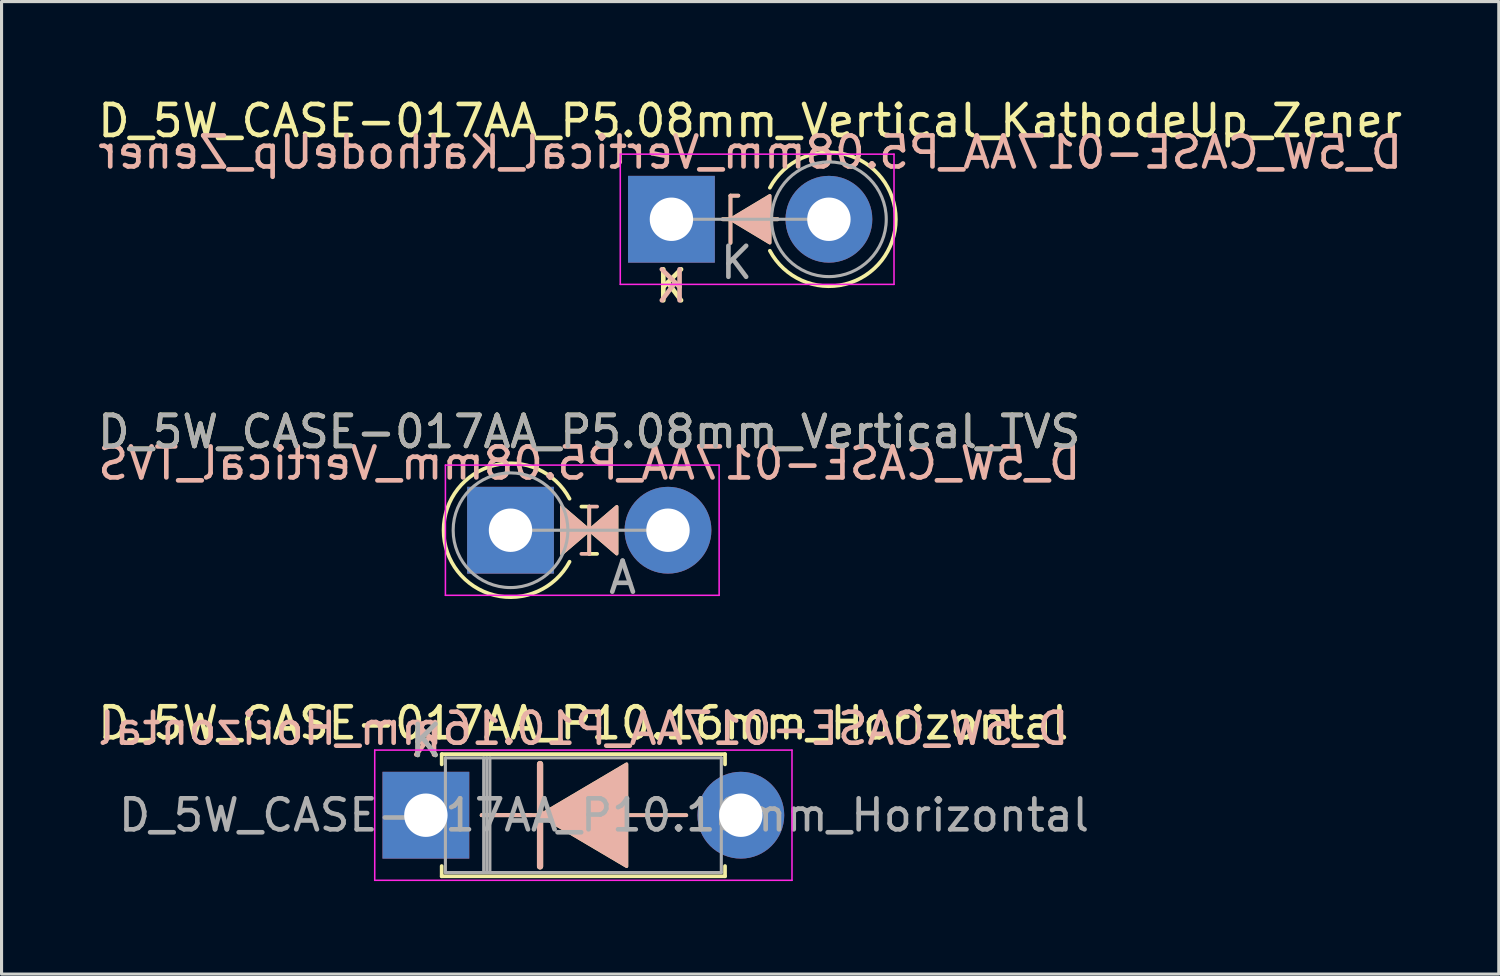
<source format=kicad_pcb>
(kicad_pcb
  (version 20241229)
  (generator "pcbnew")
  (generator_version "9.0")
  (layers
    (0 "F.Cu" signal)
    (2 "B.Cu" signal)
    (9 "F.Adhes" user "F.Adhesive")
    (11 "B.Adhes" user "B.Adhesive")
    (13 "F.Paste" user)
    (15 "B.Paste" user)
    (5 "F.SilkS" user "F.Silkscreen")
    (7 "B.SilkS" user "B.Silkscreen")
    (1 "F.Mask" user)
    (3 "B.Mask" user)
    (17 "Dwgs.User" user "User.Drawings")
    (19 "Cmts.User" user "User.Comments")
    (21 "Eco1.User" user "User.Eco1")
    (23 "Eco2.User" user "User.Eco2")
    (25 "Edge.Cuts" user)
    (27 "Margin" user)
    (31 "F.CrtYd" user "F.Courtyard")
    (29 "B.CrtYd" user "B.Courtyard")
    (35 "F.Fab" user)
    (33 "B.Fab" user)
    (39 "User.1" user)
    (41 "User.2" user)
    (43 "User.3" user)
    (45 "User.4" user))
  (footprint "D_5W_CASE-017AA_P5.08mm_Vertical_KathodeUp_Zener"
    (layer "F.Cu")
    (at 18.609 4.023)
    (property "Reference" "D_5W_CASE-017AA_P5.08mm_Vertical_KathodeUp_Zener" (at 2.54 -3.175 0) (layer "F.SilkS") (effects (font (size 1 1) (thickness 0.15))))
    (attr through_hole)
    (fp_line (start 1.651 0) (end 3.429 0) (stroke (width 0.12) (type solid)) (layer "F.SilkS"))
    (fp_line (start 1.905 -0.762) (end 1.905 0.762) (stroke (width 0.12) (type solid)) (layer "F.SilkS"))
    (fp_line (start 1.905 -0.762) (end 2.159 -0.762) (stroke (width 0.12) (type solid)) (layer "F.SilkS"))
    (fp_arc (start 3.175 -1.016) (mid 7.238998 0) (end 3.175 1.016) (stroke (width 0.12) (type solid)) (layer "F.SilkS"))
    (fp_poly (pts (xy 3.175 0.762) (xy 1.905 0) (xy 3.175 -0.762)) (stroke (width 0.1) (type solid)) (fill yes) (layer "F.SilkS"))
    (fp_line (start 1.651 0) (end 3.429 0) (stroke (width 0.12) (type solid)) (layer "B.SilkS"))
    (fp_line (start 1.905 -0.762) (end 2.159 -0.762) (stroke (width 0.12) (type solid)) (layer "B.SilkS"))
    (fp_line (start 1.905 0.762) (end 1.905 -0.762) (stroke (width 0.12) (type solid)) (layer "B.SilkS"))
    (fp_poly (pts (xy 3.175 -0.762) (xy 1.905 0) (xy 3.175 0.762)) (stroke (width 0.1) (type solid)) (fill yes) (layer "B.SilkS"))
    (fp_line (start -1.65 -2.1) (end -1.65 2.1) (stroke (width 0.05) (type solid)) (layer "F.CrtYd"))
    (fp_line (start -1.65 2.1) (end 7.18 2.1) (stroke (width 0.05) (type solid)) (layer "F.CrtYd"))
    (fp_line (start 7.18 -2.1) (end -1.65 -2.1) (stroke (width 0.05) (type solid)) (layer "F.CrtYd"))
    (fp_line (start 7.18 2.1) (end 7.18 -2.1) (stroke (width 0.05) (type solid)) (layer "F.CrtYd"))
    (fp_line (start 0 0) (end 5.08 0) (stroke (width 0.1) (type solid)) (layer "F.Fab"))
    (fp_circle (center 5.08 0) (end 6.93 0) (stroke (width 0.1) (type solid)) (fill no) (layer "F.Fab"))
    (fp_text user "K" (at 0 2.159 0) (layer "F.SilkS") (effects (font (size 1 1) (thickness 0.15))))
    (fp_text user "${REFERENCE}" (at 2.54 -2.159 0) (layer "B.SilkS") (effects (font (size 1 1) (thickness 0.15)) (justify mirror)))
    (fp_text user "K" (at 0 2.159 0) (layer "B.SilkS") (effects (font (size 1 1) (thickness 0.15)) (justify mirror)))
    (fp_text user "K" (at 2.1 1.4 0) (layer "F.Fab") (effects (font (size 1 1) (thickness 0.15))))
    (pad "1" thru_hole rect (at 0 0) (size 2.8 2.8) (drill 1.4) (layers "*.Cu" "*.Mask"))
    (pad "2" thru_hole oval (at 5.08 0) (size 2.8 2.8) (drill 1.4) (layers "*.Cu" "*.Mask")))
  (footprint "D_5W_CASE-017AA_P10.16mm_Horizontal"
    (layer "F.Cu")
    (at 10.688 23.247)
    (property "Reference" "D_5W_CASE-017AA_P10.16mm_Horizontal" (at 5.08 -2.97 0) (layer "F.SilkS") (effects (font (size 1 1) (thickness 0.15))))
    (fp_line (start 0.51 -1.97) (end 9.65 -1.97) (stroke (width 0.12) (type solid)) (layer "F.SilkS"))
    (fp_line (start 0.51 -1.64) (end 0.51 -1.97) (stroke (width 0.12) (type solid)) (layer "F.SilkS"))
    (fp_line (start 0.51 1.64) (end 0.51 1.97) (stroke (width 0.12) (type solid)) (layer "F.SilkS"))
    (fp_line (start 0.51 1.97) (end 9.65 1.97) (stroke (width 0.12) (type solid)) (layer "F.SilkS"))
    (fp_line (start 1.8 0) (end 3.4 0) (stroke (width 0.12) (type solid)) (layer "F.SilkS"))
    (fp_line (start 3.683 -1.651) (end 3.683 1.651) (stroke (width 0.2) (type solid)) (layer "F.SilkS"))
    (fp_line (start 3.683 0) (end 1.8 0) (stroke (width 0.12) (type solid)) (layer "F.SilkS"))
    (fp_line (start 8.4 0) (end 6.35 0) (stroke (width 0.12) (type solid)) (layer "F.SilkS"))
    (fp_line (start 9.65 -1.97) (end 9.65 -1.64) (stroke (width 0.12) (type solid)) (layer "F.SilkS"))
    (fp_line (start 9.65 1.97) (end 9.65 1.64) (stroke (width 0.12) (type solid)) (layer "F.SilkS"))
    (fp_poly (pts (xy 6.477 1.651) (xy 3.683 0) (xy 6.477 -1.651)) (stroke (width 0.1) (type solid)) (fill yes) (layer "F.SilkS"))
    (fp_line (start 1.8 0) (end 3.4 0) (stroke (width 0.12) (type solid)) (layer "B.SilkS"))
    (fp_line (start 3.683 0) (end 1.8 0) (stroke (width 0.12) (type solid)) (layer "B.SilkS"))
    (fp_line (start 3.683 1.651) (end 3.683 -1.651) (stroke (width 0.2) (type solid)) (layer "B.SilkS"))
    (fp_line (start 8.4 0) (end 6.35 0) (stroke (width 0.12) (type solid)) (layer "B.SilkS"))
    (fp_poly (pts (xy 6.477 -1.651) (xy 3.683 0) (xy 6.477 1.651)) (stroke (width 0.1) (type solid)) (fill yes) (layer "B.SilkS"))
    (fp_line (start -1.65 -2.1) (end -1.65 2.1) (stroke (width 0.05) (type solid)) (layer "F.CrtYd"))
    (fp_line (start -1.65 2.1) (end 11.81 2.1) (stroke (width 0.05) (type solid)) (layer "F.CrtYd"))
    (fp_line (start 11.81 -2.1) (end -1.65 -2.1) (stroke (width 0.05) (type solid)) (layer "F.CrtYd"))
    (fp_line (start 11.81 2.1) (end 11.81 -2.1) (stroke (width 0.05) (type solid)) (layer "F.CrtYd"))
    (fp_line (start 0 0) (end 0.63 0) (stroke (width 0.1) (type solid)) (layer "F.Fab"))
    (fp_line (start 0.63 -1.85) (end 0.63 1.85) (stroke (width 0.1) (type solid)) (layer "F.Fab"))
    (fp_line (start 0.63 1.85) (end 9.53 1.85) (stroke (width 0.1) (type solid)) (layer "F.Fab"))
    (fp_line (start 1.865 -1.85) (end 1.865 1.85) (stroke (width 0.1) (type solid)) (layer "F.Fab"))
    (fp_line (start 1.965 -1.85) (end 1.965 1.85) (stroke (width 0.1) (type solid)) (layer "F.Fab"))
    (fp_line (start 2.065 -1.85) (end 2.065 1.85) (stroke (width 0.1) (type solid)) (layer "F.Fab"))
    (fp_line (start 9.53 -1.85) (end 0.63 -1.85) (stroke (width 0.1) (type solid)) (layer "F.Fab"))
    (fp_line (start 9.53 1.85) (end 9.53 -1.85) (stroke (width 0.1) (type solid)) (layer "F.Fab"))
    (fp_line (start 10.16 0) (end 9.53 0) (stroke (width 0.1) (type solid)) (layer "F.Fab"))
    (fp_text user "K" (at 0 -2.4 0) (layer "F.SilkS") (effects (font (size 1 1) (thickness 0.15))))
    (fp_text user "${REFERENCE}" (at 5.08 -2.794 0) (layer "B.SilkS") (effects (font (size 1 1) (thickness 0.15)) (justify mirror)))
    (fp_text user "K" (at 0 -2.413 0) (layer "B.SilkS") (effects (font (size 1 1) (thickness 0.15)) (justify mirror)))
    (fp_text user "${REFERENCE}" (at 5.747 0 0) (layer "F.Fab") (effects (font (size 1 1) (thickness 0.15))))
    (fp_text user "K" (at 0 -2.4 0) (layer "F.Fab") (effects (font (size 1 1) (thickness 0.15))))
    (pad "1" thru_hole rect (at 0 0) (size 2.8 2.8) (drill 1.4) (layers "*.Cu" "*.Mask"))
    (pad "2" thru_hole oval (at 10.16 0) (size 2.8 2.8) (drill 1.4) (layers "*.Cu" "*.Mask")))
  (footprint "D_5W_CASE-017AA_P5.08mm_Vertical_TVS"
    (layer "F.Cu")
    (at 13.418 14.054)
    (property "Reference" "D_5W_CASE-017AA_P5.08mm_Vertical_TVS" (at 2.54 -3.175 0) (layer "F.SilkS") (effects (font (size 1 1) (thickness 0.15))))
    (fp_line (start 2.286 -0.762) (end 2.54 -0.762) (stroke (width 0.12) (type solid)) (layer "F.SilkS"))
    (fp_line (start 2.54 0.762) (end 2.54 -0.762) (stroke (width 0.12) (type solid)) (layer "F.SilkS"))
    (fp_line (start 2.54 0.762) (end 2.794 0.762) (stroke (width 0.12) (type solid)) (layer "F.SilkS"))
    (fp_arc (start 1.904999 1.016) (mid -2.158999 0) (end 1.904999 -1.016) (stroke (width 0.12) (type solid)) (layer "F.SilkS"))
    (fp_poly (pts (xy 1.651 -0.762) (xy 2.54 0) (xy 1.651 0.762)) (stroke (width 0.1) (type solid)) (fill yes) (layer "F.SilkS"))
    (fp_poly (pts (xy 3.429 0.762) (xy 2.54 0) (xy 3.429 -0.762)) (stroke (width 0.1) (type solid)) (fill yes) (layer "F.SilkS"))
    (fp_line (start 2.286 0.762) (end 2.54 0.762) (stroke (width 0.12) (type solid)) (layer "B.SilkS"))
    (fp_line (start 2.54 -0.762) (end 2.54 0.762) (stroke (width 0.12) (type solid)) (layer "B.SilkS"))
    (fp_line (start 2.54 -0.762) (end 2.794 -0.762) (stroke (width 0.12) (type solid)) (layer "B.SilkS"))
    (fp_poly (pts (xy 1.651 0.762) (xy 2.54 0) (xy 1.651 -0.762)) (stroke (width 0.1) (type solid)) (fill yes) (layer "B.SilkS"))
    (fp_poly (pts (xy 3.429 -0.762) (xy 2.54 0) (xy 3.429 0.762)) (stroke (width 0.1) (type solid)) (fill yes) (layer "B.SilkS"))
    (fp_line (start -2.1 -2.1) (end -2.1 2.1) (stroke (width 0.05) (type solid)) (layer "F.CrtYd"))
    (fp_line (start -2.1 2.1) (end 6.73 2.1) (stroke (width 0.05) (type solid)) (layer "F.CrtYd"))
    (fp_line (start 6.73 -2.1) (end -2.1 -2.1) (stroke (width 0.05) (type solid)) (layer "F.CrtYd"))
    (fp_line (start 6.73 2.1) (end 6.73 -2.1) (stroke (width 0.05) (type solid)) (layer "F.CrtYd"))
    (fp_line (start 0 0) (end 5.08 0) (stroke (width 0.1) (type solid)) (layer "F.Fab"))
    (fp_circle (center 0 0) (end 1.85 0) (stroke (width 0.1) (type solid)) (fill no) (layer "F.Fab"))
    (fp_text user "${REFERENCE}" (at 2.54 -2.159 0) (layer "B.SilkS") (effects (font (size 1 1) (thickness 0.15)) (justify mirror)))
    (fp_text user "${REFERENCE}" (at 2.54 -3.175 0) (layer "F.Fab") (effects (font (size 1 1) (thickness 0.15))))
    (fp_text user "A" (at 3.615 1.527 0) (layer "F.Fab") (effects (font (size 1 1) (thickness 0.15))))
    (pad "1" thru_hole rect (at 0 0) (size 2.8 2.8) (drill 1.4) (layers "*.Cu" "*.Mask"))
    (pad "2" thru_hole oval (at 5.08 0) (size 2.8 2.8) (drill 1.4) (layers "*.Cu" "*.Mask")))
  (gr_rect
    (start -3 -3)
    (end 45.298 28.372)
    (stroke (width 0.1) (type default))
    (fill no)
    (layer "Edge.Cuts")))
</source>
